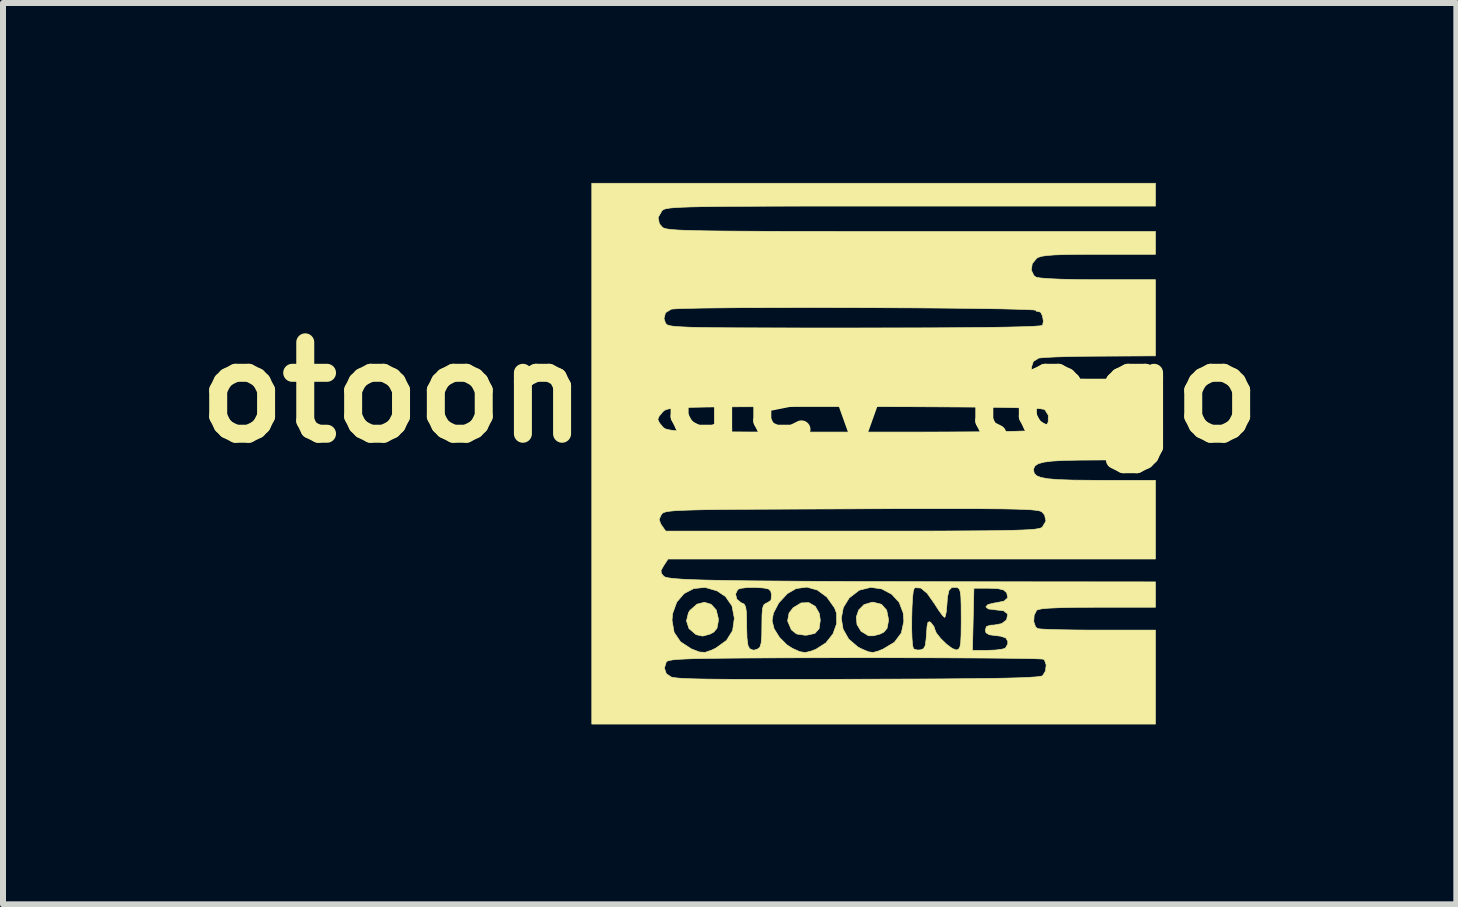
<source format=kicad_pcb>
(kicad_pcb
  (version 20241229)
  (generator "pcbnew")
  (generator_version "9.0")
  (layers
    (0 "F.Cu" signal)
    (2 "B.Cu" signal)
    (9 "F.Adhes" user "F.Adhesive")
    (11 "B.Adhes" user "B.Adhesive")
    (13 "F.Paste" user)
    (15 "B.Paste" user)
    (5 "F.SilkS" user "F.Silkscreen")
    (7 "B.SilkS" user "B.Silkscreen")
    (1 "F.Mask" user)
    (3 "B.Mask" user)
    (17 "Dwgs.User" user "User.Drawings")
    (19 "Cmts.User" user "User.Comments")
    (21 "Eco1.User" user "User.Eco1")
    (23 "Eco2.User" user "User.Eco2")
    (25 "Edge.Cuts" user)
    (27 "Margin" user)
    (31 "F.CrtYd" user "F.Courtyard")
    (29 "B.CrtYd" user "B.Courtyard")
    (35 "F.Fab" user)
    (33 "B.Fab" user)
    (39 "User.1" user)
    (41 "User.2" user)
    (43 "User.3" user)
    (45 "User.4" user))
  (footprint "otoonedev_logo"
    (layer "F.Cu")
    (at 11.515 4.492)
    (property "Reference" "otoonedev_logo" (at -2.4 -1 0) (layer "F.SilkS") (effects (font (size 1.524 1.524) (thickness 0.3))))
    (attr through_hole)
    (fp_poly (pts (xy -0.973 2.567) (xy -0.904 2.688) (xy -0.889 2.799) (xy -0.909 2.94) (xy -0.979 3.018) (xy -1.11 3.047) (xy -1.149 3.048) (xy -1.283 3.028) (xy -1.368 2.961) (xy -1.373 2.954) (xy -1.434 2.811) (xy -1.41 2.678) (xy -1.341 2.59) (xy -1.209 2.51) (xy -1.08 2.505) (xy -0.973 2.567)) (stroke (width 0.01) (type solid)) (fill yes) (layer "F.SilkS"))
    (fp_poly (pts (xy -2.708 2.534) (xy -2.624 2.627) (xy -2.589 2.771) (xy -2.59 2.819) (xy -2.612 2.934) (xy -2.668 2.999) (xy -2.734 3.032) (xy -2.85 3.063) (xy -2.948 3.042) (xy -2.966 3.034) (xy -3.078 2.938) (xy -3.12 2.81) (xy -3.087 2.673) (xy -3.063 2.635) (xy -2.946 2.531) (xy -2.821 2.499) (xy -2.708 2.534)) (stroke (width 0.01) (type solid)) (fill yes) (layer "F.SilkS"))
    (fp_poly (pts (xy 0.131 2.533) (xy 0.218 2.631) (xy 0.248 2.783) (xy 0.246 2.819) (xy 0.224 2.934) (xy 0.169 2.998) (xy 0.106 3.029) (xy -0.002 3.058) (xy -0.085 3.058) (xy -0.085 3.058) (xy -0.21 2.982) (xy -0.277 2.871) (xy -0.289 2.746) (xy -0.249 2.628) (xy -0.16 2.538) (xy -0.025 2.498) (xy -0.007 2.498) (xy 0.131 2.533)) (stroke (width 0.01) (type solid)) (fill yes) (layer "F.SilkS"))
    (fp_poly (pts (xy 4.699 -4.106) (xy 0.62 -4.106) (xy -0.059 -4.106) (xy -0.659 -4.106) (xy -1.184 -4.106) (xy -1.639 -4.105) (xy -2.031 -4.103) (xy -2.362 -4.102) (xy -2.64 -4.099) (xy -2.868 -4.096) (xy -3.052 -4.092) (xy -3.197 -4.087) (xy -3.307 -4.081) (xy -3.389 -4.074) (xy -3.446 -4.065) (xy -3.485 -4.056) (xy -3.51 -4.044) (xy -3.525 -4.032) (xy -3.528 -4.029) (xy -3.592 -3.917) (xy -3.572 -3.812) (xy -3.521 -3.753) (xy -3.503 -3.741) (xy -3.473 -3.731) (xy -3.426 -3.722) (xy -3.357 -3.714) (xy -3.261 -3.707) (xy -3.132 -3.702) (xy -2.967 -3.697) (xy -2.76 -3.693) (xy -2.505 -3.69) (xy -2.199 -3.688) (xy -1.835 -3.686) (xy -1.409 -3.684) (xy -0.916 -3.684) (xy -0.35 -3.683) (xy 0.293 -3.683) (xy 0.628 -3.683) (xy 4.699 -3.683) (xy 4.699 -3.302) (xy 3.756 -3.302) (xy 3.439 -3.301) (xy 3.195 -3.298) (xy 3.015 -3.292) (xy 2.886 -3.282) (xy 2.799 -3.269) (xy 2.742 -3.25) (xy 2.719 -3.236) (xy 2.645 -3.146) (xy 2.629 -3.039) (xy 2.672 -2.948) (xy 2.707 -2.922) (xy 2.777 -2.908) (xy 2.923 -2.896) (xy 3.135 -2.887) (xy 3.406 -2.881) (xy 3.725 -2.879) (xy 3.744 -2.879) (xy 4.699 -2.879) (xy 4.699 -1.609) (xy 3.778 -1.604) (xy 3.501 -1.602) (xy 3.248 -1.597) (xy 3.032 -1.591) (xy 2.867 -1.583) (xy 2.768 -1.574) (xy 2.752 -1.571) (xy 2.663 -1.516) (xy 2.632 -1.422) (xy 2.635 -1.321) (xy 2.658 -1.262) (xy 2.712 -1.249) (xy 2.84 -1.239) (xy 3.032 -1.231) (xy 3.278 -1.225) (xy 3.568 -1.223) (xy 3.699 -1.223) (xy 4.699 -1.224) (xy 4.699 0.127) (xy 3.792 0.127) (xy 3.449 0.129) (xy 3.181 0.134) (xy 2.981 0.145) (xy 2.838 0.163) (xy 2.745 0.189) (xy 2.691 0.225) (xy 2.669 0.271) (xy 2.667 0.296) (xy 2.678 0.348) (xy 2.715 0.388) (xy 2.789 0.418) (xy 2.908 0.44) (xy 3.08 0.454) (xy 3.315 0.462) (xy 3.622 0.465) (xy 3.792 0.466) (xy 4.699 0.466) (xy 4.699 1.778) (xy -3.427 1.778) (xy -3.498 1.886) (xy -3.544 1.967) (xy -3.539 2.018) (xy -3.498 2.066) (xy -3.477 2.078) (xy -3.439 2.089) (xy -3.378 2.098) (xy -3.291 2.107) (xy -3.175 2.115) (xy -3.025 2.122) (xy -2.837 2.128) (xy -2.608 2.133) (xy -2.333 2.138) (xy -2.01 2.142) (xy -1.633 2.145) (xy -1.2 2.148) (xy -0.706 2.151) (xy -0.148 2.153) (xy 0.478 2.154) (xy 1.177 2.156) (xy 1.952 2.157) (xy 2.806 2.158) (xy 3.037 2.158) (xy 4.699 2.159) (xy 4.699 2.582) (xy 3.734 2.582) (xy 3.388 2.584) (xy 3.121 2.589) (xy 2.927 2.597) (xy 2.798 2.609) (xy 2.73 2.626) (xy 2.718 2.633) (xy 2.676 2.717) (xy 2.67 2.822) (xy 2.7 2.909) (xy 2.734 2.938) (xy 2.794 2.945) (xy 2.926 2.952) (xy 3.117 2.957) (xy 3.352 2.961) (xy 3.62 2.963) (xy 3.75 2.963) (xy 4.699 2.963) (xy 4.699 4.53) (xy -4.699 4.53) (xy -4.699 3.595) (xy -3.488 3.595) (xy -3.456 3.691) (xy -3.372 3.746) (xy -3.371 3.747) (xy -3.327 3.755) (xy -3.267 3.762) (xy -3.187 3.768) (xy -3.079 3.773) (xy -2.94 3.777) (xy -2.761 3.78) (xy -2.539 3.782) (xy -2.266 3.784) (xy -1.937 3.784) (xy -1.547 3.784) (xy -1.089 3.784) (xy -0.557 3.783) (xy -0.008 3.781) (xy 0.583 3.779) (xy 1.094 3.777) (xy 1.529 3.773) (xy 1.893 3.769) (xy 2.189 3.764) (xy 2.423 3.758) (xy 2.598 3.75) (xy 2.72 3.742) (xy 2.792 3.732) (xy 2.818 3.723) (xy 2.865 3.645) (xy 2.877 3.544) (xy 2.849 3.463) (xy 2.833 3.448) (xy 2.784 3.444) (xy 2.658 3.439) (xy 2.46 3.436) (xy 2.198 3.432) (xy 1.878 3.429) (xy 1.507 3.427) (xy 1.092 3.425) (xy 0.64 3.424) (xy 0.157 3.423) (xy -0.31 3.423) (xy -0.901 3.424) (xy -1.413 3.425) (xy -1.852 3.427) (xy -2.223 3.429) (xy -2.532 3.432) (xy -2.785 3.435) (xy -2.987 3.439) (xy -3.145 3.445) (xy -3.263 3.451) (xy -3.347 3.459) (xy -3.403 3.469) (xy -3.437 3.479) (xy -3.455 3.492) (xy -3.456 3.493) (xy -3.488 3.595) (xy -4.699 3.595) (xy -4.699 2.801) (xy -3.361 2.801) (xy -3.326 3.001) (xy -3.22 3.157) (xy -3.04 3.275) (xy -3.027 3.281) (xy -2.904 3.328) (xy -2.809 3.334) (xy -2.701 3.297) (xy -2.629 3.262) (xy -2.453 3.135) (xy -2.351 2.971) (xy -2.322 2.766) (xy -2.361 2.56) (xy -2.47 2.403) (xy -2.531 2.362) (xy -2.302 2.362) (xy -2.28 2.448) (xy -2.209 2.507) (xy -2.197 2.511) (xy -2.158 2.53) (xy -2.134 2.575) (xy -2.121 2.662) (xy -2.117 2.809) (xy -2.117 2.892) (xy -2.111 3.096) (xy -2.094 3.221) (xy -2.066 3.273) (xy -2.064 3.274) (xy -2.011 3.296) (xy -2.004 3.299) (xy -1.964 3.289) (xy -1.93 3.276) (xy -1.896 3.247) (xy -1.875 3.179) (xy -1.865 3.057) (xy -1.863 2.891) (xy -1.862 2.807) (xy -1.693 2.807) (xy -1.659 2.941) (xy -1.569 3.085) (xy -1.445 3.209) (xy -1.353 3.268) (xy -1.23 3.323) (xy -1.14 3.337) (xy -1.04 3.313) (xy -0.961 3.282) (xy -0.796 3.176) (xy -0.678 3.027) (xy -0.616 2.855) (xy -0.617 2.767) (xy -0.539 2.767) (xy -0.509 2.947) (xy -0.416 3.112) (xy -0.261 3.245) (xy -0.191 3.281) (xy -0.084 3.325) (xy -0.01 3.336) (xy 0.073 3.314) (xy 0.103 3.302) (xy 1.648 3.302) (xy 1.893 3.301) (xy 2.037 3.295) (xy 2.15 3.279) (xy 2.195 3.265) (xy 2.236 3.197) (xy 2.237 3.149) (xy 2.203 3.093) (xy 2.116 3.064) (xy 2.042 3.056) (xy 1.926 3.04) (xy 1.873 3.007) (xy 1.863 2.961) (xy 1.881 2.903) (xy 1.95 2.881) (xy 2.006 2.879) (xy 2.135 2.855) (xy 2.216 2.793) (xy 2.234 2.707) (xy 2.229 2.689) (xy 2.165 2.64) (xy 2.03 2.625) (xy 1.912 2.61) (xy 1.871 2.575) (xy 1.906 2.537) (xy 2.016 2.51) (xy 2.033 2.509) (xy 2.174 2.48) (xy 2.237 2.424) (xy 2.219 2.342) (xy 2.217 2.338) (xy 2.165 2.293) (xy 2.069 2.271) (xy 1.922 2.265) (xy 1.672 2.265) (xy 1.66 2.783) (xy 1.648 3.302) (xy 0.103 3.302) (xy 0.155 3.281) (xy 0.346 3.166) (xy 0.462 3.011) (xy 0.477 2.942) (xy 0.635 2.942) (xy 0.64 3.101) (xy 0.65 3.219) (xy 0.665 3.275) (xy 0.665 3.276) (xy 0.727 3.295) (xy 0.781 3.293) (xy 0.831 3.274) (xy 0.86 3.222) (xy 0.875 3.115) (xy 0.881 3.034) (xy 0.891 2.898) (xy 0.906 2.833) (xy 0.933 2.823) (xy 0.955 2.838) (xy 1.007 2.906) (xy 1.016 2.939) (xy 1.046 3.012) (xy 1.121 3.106) (xy 1.217 3.199) (xy 1.312 3.27) (xy 1.382 3.295) (xy 1.385 3.294) (xy 1.417 3.28) (xy 1.439 3.243) (xy 1.452 3.168) (xy 1.458 3.042) (xy 1.46 2.849) (xy 1.46 2.773) (xy 1.459 2.557) (xy 1.455 2.412) (xy 1.444 2.323) (xy 1.426 2.275) (xy 1.397 2.255) (xy 1.382 2.251) (xy 1.304 2.252) (xy 1.257 2.301) (xy 1.231 2.411) (xy 1.223 2.529) (xy 1.212 2.654) (xy 1.195 2.734) (xy 1.183 2.752) (xy 1.147 2.718) (xy 1.084 2.631) (xy 1.012 2.519) (xy 0.892 2.349) (xy 0.787 2.262) (xy 0.695 2.256) (xy 0.678 2.265) (xy 0.661 2.315) (xy 0.649 2.428) (xy 0.64 2.585) (xy 0.636 2.763) (xy 0.635 2.942) (xy 0.477 2.942) (xy 0.504 2.815) (xy 0.493 2.677) (xy 0.426 2.5) (xy 0.3 2.364) (xy 0.136 2.277) (xy -0.047 2.25) (xy -0.229 2.295) (xy -0.243 2.301) (xy -0.407 2.427) (xy -0.505 2.587) (xy -0.539 2.767) (xy -0.617 2.767) (xy -0.618 2.682) (xy -0.651 2.593) (xy -0.78 2.412) (xy -0.939 2.295) (xy -1.114 2.246) (xy -1.291 2.27) (xy -1.438 2.355) (xy -1.582 2.511) (xy -1.671 2.682) (xy -1.693 2.807) (xy -1.862 2.807) (xy -1.861 2.715) (xy -1.853 2.606) (xy -1.834 2.546) (xy -1.801 2.518) (xy -1.776 2.509) (xy -1.711 2.467) (xy -1.702 2.376) (xy -1.715 2.313) (xy -1.752 2.278) (xy -1.833 2.261) (xy -1.961 2.252) (xy -2.105 2.253) (xy -2.218 2.267) (xy -2.264 2.285) (xy -2.302 2.362) (xy -2.531 2.362) (xy -2.61 2.309) (xy -2.81 2.251) (xy -2.998 2.27) (xy -3.16 2.354) (xy -3.282 2.496) (xy -3.351 2.687) (xy -3.361 2.801) (xy -4.699 2.801) (xy -4.699 1.116) (xy -3.575 1.116) (xy -3.552 1.189) (xy -3.532 1.219) (xy -3.467 1.312) (xy -0.36 1.312) (xy 0.232 1.312) (xy 0.745 1.312) (xy 1.186 1.311) (xy 1.558 1.309) (xy 1.869 1.307) (xy 2.123 1.303) (xy 2.327 1.299) (xy 2.487 1.294) (xy 2.607 1.288) (xy 2.694 1.28) (xy 2.753 1.27) (xy 2.79 1.26) (xy 2.811 1.247) (xy 2.812 1.246) (xy 2.873 1.144) (xy 2.85 1.044) (xy 2.812 0.998) (xy 2.793 0.985) (xy 2.758 0.974) (xy 2.703 0.965) (xy 2.622 0.957) (xy 2.508 0.951) (xy 2.356 0.946) (xy 2.161 0.942) (xy 1.916 0.94) (xy 1.617 0.938) (xy 1.256 0.938) (xy 0.83 0.938) (xy 0.331 0.939) (xy -0.246 0.941) (xy -0.369 0.942) (xy -0.956 0.944) (xy -1.465 0.946) (xy -1.9 0.948) (xy -2.269 0.95) (xy -2.576 0.953) (xy -2.827 0.956) (xy -3.029 0.961) (xy -3.186 0.966) (xy -3.305 0.972) (xy -3.392 0.98) (xy -3.452 0.989) (xy -3.492 1) (xy -3.516 1.012) (xy -3.531 1.027) (xy -3.54 1.039) (xy -3.575 1.116) (xy -4.699 1.116) (xy -4.699 -0.55) (xy -3.598 -0.55) (xy -3.571 -0.492) (xy -3.514 -0.423) (xy -3.496 -0.407) (xy -3.473 -0.393) (xy -3.439 -0.382) (xy -3.388 -0.372) (xy -3.315 -0.363) (xy -3.213 -0.357) (xy -3.076 -0.351) (xy -2.899 -0.347) (xy -2.676 -0.344) (xy -2.401 -0.342) (xy -2.068 -0.34) (xy -1.671 -0.339) (xy -1.205 -0.339) (xy -0.663 -0.339) (xy -0.321 -0.339) (xy 0.272 -0.339) (xy 0.786 -0.339) (xy 1.226 -0.34) (xy 1.599 -0.342) (xy 1.91 -0.344) (xy 2.165 -0.348) (xy 2.369 -0.352) (xy 2.528 -0.357) (xy 2.649 -0.363) (xy 2.736 -0.371) (xy 2.795 -0.38) (xy 2.832 -0.391) (xy 2.853 -0.404) (xy 2.854 -0.405) (xy 2.911 -0.507) (xy 2.912 -0.619) (xy 2.858 -0.706) (xy 2.839 -0.718) (xy 2.778 -0.728) (xy 2.632 -0.736) (xy 2.402 -0.744) (xy 2.089 -0.75) (xy 1.692 -0.755) (xy 1.212 -0.758) (xy 0.649 -0.761) (xy 0.004 -0.762) (xy -0.336 -0.762) (xy -0.922 -0.762) (xy -1.428 -0.762) (xy -1.862 -0.761) (xy -2.229 -0.76) (xy -2.535 -0.758) (xy -2.786 -0.756) (xy -2.987 -0.752) (xy -3.144 -0.747) (xy -3.264 -0.741) (xy -3.352 -0.734) (xy -3.415 -0.725) (xy -3.457 -0.714) (xy -3.485 -0.701) (xy -3.505 -0.686) (xy -3.514 -0.677) (xy -3.576 -0.602) (xy -3.598 -0.55) (xy -4.699 -0.55) (xy -4.699 -2.231) (xy -3.495 -2.231) (xy -3.47 -2.156) (xy -3.459 -2.141) (xy -3.442 -2.127) (xy -3.412 -2.116) (xy -3.363 -2.106) (xy -3.29 -2.098) (xy -3.187 -2.092) (xy -3.048 -2.086) (xy -2.868 -2.082) (xy -2.64 -2.079) (xy -2.359 -2.077) (xy -2.019 -2.076) (xy -1.614 -2.075) (xy -1.138 -2.074) (xy -0.586 -2.074) (xy -0.319 -2.074) (xy 0.347 -2.075) (xy 0.93 -2.076) (xy 1.431 -2.079) (xy 1.852 -2.083) (xy 2.195 -2.088) (xy 2.461 -2.094) (xy 2.652 -2.101) (xy 2.77 -2.109) (xy 2.816 -2.118) (xy 2.817 -2.119) (xy 2.83 -2.186) (xy 2.817 -2.269) (xy 2.787 -2.334) (xy 2.751 -2.349) (xy 2.75 -2.349) (xy 2.712 -2.353) (xy 2.709 -2.368) (xy 2.668 -2.375) (xy 2.551 -2.381) (xy 2.365 -2.387) (xy 2.119 -2.393) (xy 1.821 -2.397) (xy 1.479 -2.402) (xy 1.101 -2.406) (xy 0.696 -2.409) (xy 0.271 -2.411) (xy -0.165 -2.413) (xy -0.604 -2.414) (xy -1.038 -2.415) (xy -1.459 -2.414) (xy -1.859 -2.413) (xy -2.229 -2.412) (xy -2.562 -2.409) (xy -2.849 -2.406) (xy -3.082 -2.401) (xy -3.252 -2.396) (xy -3.353 -2.39) (xy -3.373 -2.387) (xy -3.47 -2.328) (xy -3.495 -2.231) (xy -4.699 -2.231) (xy -4.699 -4.487) (xy 4.699 -4.487) (xy 4.699 -4.106)) (stroke (width 0.01) (type solid)) (fill yes) (layer "F.SilkS"))
    (fp_poly (pts (xy 2.752 -2.138) (xy 2.731 -2.117) (xy 2.709 -2.138) (xy 2.731 -2.159) (xy 2.752 -2.138)) (stroke (width 0.01) (type solid)) (fill no) (layer "Eco2.User")))
  (gr_rect
    (start -3 -3)
    (end 21.23 12.027)
    (stroke (width 0.1) (type default))
    (fill no)
    (layer "Edge.Cuts")))
</source>
